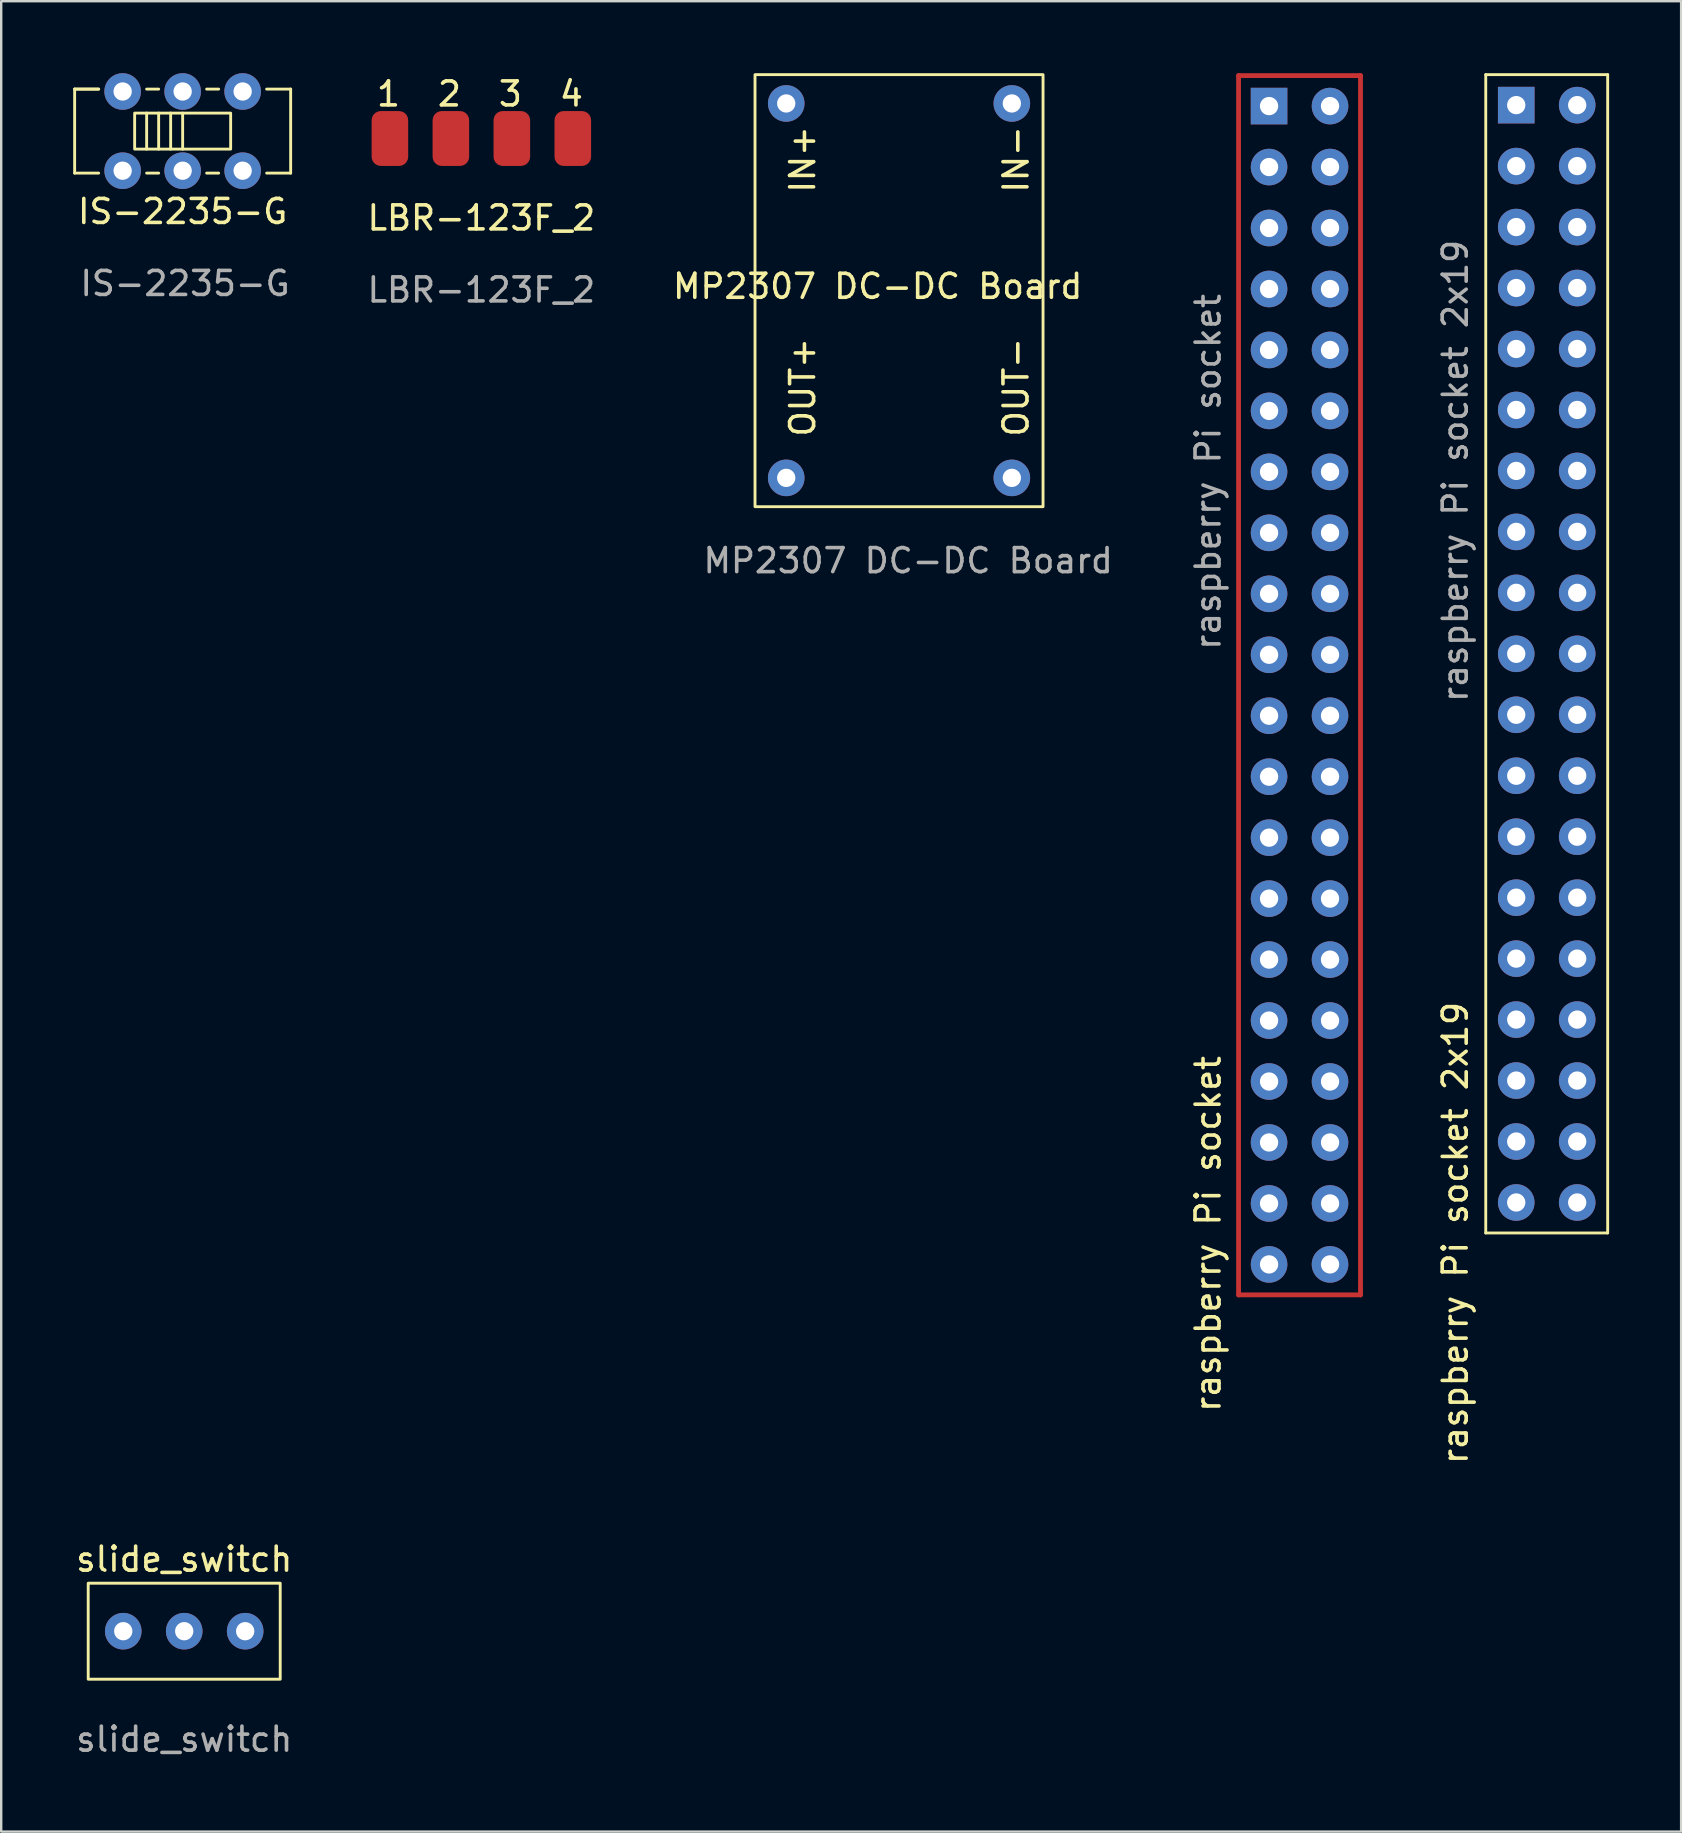
<source format=kicad_pcb>
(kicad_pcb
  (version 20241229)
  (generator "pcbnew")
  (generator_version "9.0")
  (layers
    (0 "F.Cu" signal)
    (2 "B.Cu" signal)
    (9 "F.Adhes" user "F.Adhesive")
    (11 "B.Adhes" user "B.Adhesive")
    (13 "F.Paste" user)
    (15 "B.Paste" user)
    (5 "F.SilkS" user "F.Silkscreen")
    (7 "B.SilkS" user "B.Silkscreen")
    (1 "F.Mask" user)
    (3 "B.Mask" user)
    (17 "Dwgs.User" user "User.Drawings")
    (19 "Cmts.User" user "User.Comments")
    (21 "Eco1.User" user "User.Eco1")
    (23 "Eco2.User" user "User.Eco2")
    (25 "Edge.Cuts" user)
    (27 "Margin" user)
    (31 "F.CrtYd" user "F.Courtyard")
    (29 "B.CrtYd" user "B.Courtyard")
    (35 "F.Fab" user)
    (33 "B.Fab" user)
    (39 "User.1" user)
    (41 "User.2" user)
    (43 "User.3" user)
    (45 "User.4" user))
  (footprint "MP2307 DC-DC Board"
    (layer "F.Cu")
    (at 29.707 1.26)
    (property "Reference" "MP2307 DC-DC Board" (at 3.81 7.62 0) (unlocked yes) (layer "F.SilkS") (effects (font (size 1 1) (thickness 0.15))))
    (attr through_hole)
    (fp_rect (start -1.3 -1.2) (end 10.7 16.8) (stroke (width 0.12) (type default)) (fill no) (layer "F.SilkS"))
    (fp_text user "OUT-" (at 10.16 13.97 90) (unlocked yes) (layer "F.SilkS") (effects (font (size 1 1) (thickness 0.15)) (justify left bottom)))
    (fp_text user "OUT+" (at 1.27 13.97 90) (unlocked yes) (layer "F.SilkS") (effects (font (size 1 1) (thickness 0.15)) (justify left bottom)))
    (fp_text user "IN-" (at 10.16 3.81 90) (unlocked yes) (layer "F.SilkS") (effects (font (size 1 1) (thickness 0.15)) (justify left bottom)))
    (fp_text user "IN+" (at 1.27 3.81 90) (unlocked yes) (layer "F.SilkS") (effects (font (size 1 1) (thickness 0.15)) (justify left bottom)))
    (fp_text user "${REFERENCE}" (at 5.08 19.05 0) (unlocked yes) (layer "F.Fab") (effects (font (size 1 1) (thickness 0.15))))
    (pad "1" thru_hole circle (at 0 0) (size 1.524 1.524) (drill 0.762) (layers "*.Cu" "*.Mask"))
    (pad "2" thru_hole circle (at 9.4 0) (size 1.524 1.524) (drill 0.762) (layers "*.Cu" "*.Mask"))
    (pad "3" thru_hole circle (at 0 15.6) (size 1.524 1.524) (drill 0.762) (layers "*.Cu" "*.Mask"))
    (pad "4" thru_hole circle (at 9.4 15.6) (size 1.524 1.524) (drill 0.762) (layers "*.Cu" "*.Mask")))
  (footprint "LBR-123F_2"
    (layer "F.Cu")
    (at 17.005 6.53)
    (property "Reference" "LBR-123F_2" (at 0 -0.5 0) (unlocked yes) (layer "F.SilkS") (effects (font (size 1 1) (thickness 0.15))))
    (attr smd)
    (fp_text user "1" (at -4.445 -5.08 0) (unlocked yes) (layer "F.SilkS") (effects (font (size 1 1) (thickness 0.15)) (justify left bottom)))
    (fp_text user "2" (at -1.905 -5.08 0) (unlocked yes) (layer "F.SilkS") (effects (font (size 1 1) (thickness 0.15)) (justify left bottom)))
    (fp_text user "4" (at 3.175 -5.08 0) (unlocked yes) (layer "F.SilkS") (effects (font (size 1 1) (thickness 0.15)) (justify left bottom)))
    (fp_text user "3" (at 0.635 -5.08 0) (unlocked yes) (layer "F.SilkS") (effects (font (size 1 1) (thickness 0.15)) (justify left bottom)))
    (fp_text user "${REFERENCE}" (at 0 2.5 0) (unlocked yes) (layer "F.Fab") (effects (font (size 1 1) (thickness 0.15))))
    (pad "1" smd roundrect (at -3.81 -3.81 90) (size 2.286 1.524) (layers "F.Cu" "F.Mask" "F.Paste") (roundrect_rratio 0.25))
    (pad "2" smd roundrect (at -1.27 -3.81 90) (size 2.286 1.524) (layers "F.Cu" "F.Mask" "F.Paste") (roundrect_rratio 0.25))
    (pad "3" smd roundrect (at 1.27 -3.81 270) (size 2.286 1.524) (layers "F.Cu" "F.Mask" "F.Paste") (roundrect_rratio 0.25))
    (pad "4" smd roundrect (at 3.81 -3.81 90) (size 2.286 1.524) (layers "F.Cu" "F.Mask" "F.Paste") (roundrect_rratio 0.25)))
  (footprint "slide_switch"
    (layer "F.Cu")
    (at 4.625 64.912)
    (property "Reference" "slide_switch" (at 0 -3 0) (unlocked yes) (layer "F.SilkS") (effects (font (size 1 1) (thickness 0.15))))
    (attr through_hole)
    (fp_rect (start -4 -2) (end 4 2) (stroke (width 0.12) (type default)) (fill no) (layer "F.SilkS"))
    (fp_text user "${REFERENCE}" (at 0 4.5 0) (unlocked yes) (layer "F.Fab") (effects (font (size 1 1) (thickness 0.15))))
    (pad "1" thru_hole circle (at -2.54 0) (size 1.524 1.524) (drill 0.762) (layers "*.Cu" "*.Mask"))
    (pad "2" thru_hole circle (at 0 0) (size 1.524 1.524) (drill 0.762) (layers "*.Cu" "*.Mask"))
    (pad "3" thru_hole circle (at 2.54 0) (size 1.524 1.524) (drill 0.762) (layers "*.Cu" "*.Mask")))
  (footprint "raspberry Pi socket"
    (layer "F.Cu")
    (at 49.824 1.37)
    (property "Reference" "raspberry Pi socket" (at -2.54 46.99 90) (unlocked yes) (layer "F.SilkS") (effects (font (size 1 1) (thickness 0.15))))
    (attr through_hole)
    (fp_line (start -1.27 -1.27) (end 3.81 -1.27) (stroke (width 0.2) (type default)) (layer "F.Cu"))
    (fp_line (start -1.27 49.53) (end -1.27 -1.27) (stroke (width 0.2) (type default)) (layer "F.Cu"))
    (fp_line (start 3.81 -1.27) (end 3.81 49.53) (stroke (width 0.2) (type default)) (layer "F.Cu"))
    (fp_line (start 3.81 49.53) (end -1.27 49.53) (stroke (width 0.2) (type default)) (layer "F.Cu"))
    (fp_text user "${REFERENCE}" (at -2.54 15.24 90) (unlocked yes) (layer "F.Fab") (effects (font (size 1 1) (thickness 0.15))))
    (pad "1" thru_hole rect (at 0 0) (size 1.524 1.524) (drill 0.762) (layers "*.Cu" "*.Mask"))
    (pad "2" thru_hole circle (at 2.54 0) (size 1.524 1.524) (drill 0.762) (layers "*.Cu" "*.Mask"))
    (pad "3" thru_hole circle (at 0 2.54) (size 1.524 1.524) (drill 0.762) (layers "*.Cu" "*.Mask"))
    (pad "4" thru_hole circle (at 2.54 2.54) (size 1.524 1.524) (drill 0.762) (layers "*.Cu" "*.Mask"))
    (pad "5" thru_hole circle (at 0 5.08) (size 1.524 1.524) (drill 0.762) (layers "*.Cu" "*.Mask"))
    (pad "6" thru_hole circle (at 2.54 5.08) (size 1.524 1.524) (drill 0.762) (layers "*.Cu" "*.Mask"))
    (pad "7" thru_hole circle (at 0 7.62) (size 1.524 1.524) (drill 0.762) (layers "*.Cu" "*.Mask"))
    (pad "8" thru_hole circle (at 2.54 7.62) (size 1.524 1.524) (drill 0.762) (layers "*.Cu" "*.Mask"))
    (pad "9" thru_hole circle (at 0 10.16) (size 1.524 1.524) (drill 0.762) (layers "*.Cu" "*.Mask"))
    (pad "10" thru_hole circle (at 2.54 10.16) (size 1.524 1.524) (drill 0.762) (layers "*.Cu" "*.Mask"))
    (pad "11" thru_hole circle (at 0 12.7) (size 1.524 1.524) (drill 0.762) (layers "*.Cu" "*.Mask"))
    (pad "12" thru_hole circle (at 2.54 12.7) (size 1.524 1.524) (drill 0.762) (layers "*.Cu" "*.Mask"))
    (pad "13" thru_hole circle (at 0 15.24) (size 1.524 1.524) (drill 0.762) (layers "*.Cu" "*.Mask"))
    (pad "14" thru_hole circle (at 2.54 15.24) (size 1.524 1.524) (drill 0.762) (layers "*.Cu" "*.Mask"))
    (pad "15" thru_hole circle (at 0 17.78) (size 1.524 1.524) (drill 0.762) (layers "*.Cu" "*.Mask"))
    (pad "16" thru_hole circle (at 2.54 17.78) (size 1.524 1.524) (drill 0.762) (layers "*.Cu" "*.Mask"))
    (pad "17" thru_hole circle (at 0 20.32) (size 1.524 1.524) (drill 0.762) (layers "*.Cu" "*.Mask"))
    (pad "18" thru_hole circle (at 2.54 20.32) (size 1.524 1.524) (drill 0.762) (layers "*.Cu" "*.Mask"))
    (pad "19" thru_hole circle (at 0 22.86) (size 1.524 1.524) (drill 0.762) (layers "*.Cu" "*.Mask"))
    (pad "20" thru_hole circle (at 2.54 22.86) (size 1.524 1.524) (drill 0.762) (layers "*.Cu" "*.Mask"))
    (pad "21" thru_hole circle (at 0 25.4) (size 1.524 1.524) (drill 0.762) (layers "*.Cu" "*.Mask"))
    (pad "22" thru_hole circle (at 2.54 25.4) (size 1.524 1.524) (drill 0.762) (layers "*.Cu" "*.Mask"))
    (pad "23" thru_hole circle (at 0 27.94) (size 1.524 1.524) (drill 0.762) (layers "*.Cu" "*.Mask"))
    (pad "24" thru_hole circle (at 2.54 27.94) (size 1.524 1.524) (drill 0.762) (layers "*.Cu" "*.Mask"))
    (pad "25" thru_hole circle (at 0 30.48) (size 1.524 1.524) (drill 0.762) (layers "*.Cu" "*.Mask"))
    (pad "26" thru_hole circle (at 2.54 30.48) (size 1.524 1.524) (drill 0.762) (layers "*.Cu" "*.Mask"))
    (pad "27" thru_hole circle (at 0 33.02) (size 1.524 1.524) (drill 0.762) (layers "*.Cu" "*.Mask"))
    (pad "28" thru_hole circle (at 2.54 33.02) (size 1.524 1.524) (drill 0.762) (layers "*.Cu" "*.Mask"))
    (pad "29" thru_hole circle (at 0 35.56) (size 1.524 1.524) (drill 0.762) (layers "*.Cu" "*.Mask"))
    (pad "30" thru_hole circle (at 2.54 35.56) (size 1.524 1.524) (drill 0.762) (layers "*.Cu" "*.Mask"))
    (pad "31" thru_hole circle (at 0 38.1) (size 1.524 1.524) (drill 0.762) (layers "*.Cu" "*.Mask"))
    (pad "32" thru_hole circle (at 2.54 38.1) (size 1.524 1.524) (drill 0.762) (layers "*.Cu" "*.Mask"))
    (pad "33" thru_hole circle (at 0 40.64) (size 1.524 1.524) (drill 0.762) (layers "*.Cu" "*.Mask"))
    (pad "34" thru_hole circle (at 2.54 40.64) (size 1.524 1.524) (drill 0.762) (layers "*.Cu" "*.Mask"))
    (pad "35" thru_hole circle (at 0 43.18) (size 1.524 1.524) (drill 0.762) (layers "*.Cu" "*.Mask"))
    (pad "36" thru_hole circle (at 2.54 43.18) (size 1.524 1.524) (drill 0.762) (layers "*.Cu" "*.Mask"))
    (pad "37" thru_hole circle (at 0 45.72) (size 1.524 1.524) (drill 0.762) (layers "*.Cu" "*.Mask"))
    (pad "38" thru_hole circle (at 2.54 45.72) (size 1.524 1.524) (drill 0.762) (layers "*.Cu" "*.Mask"))
    (pad "39" thru_hole circle (at 0 48.26) (size 1.524 1.524) (drill 0.762) (layers "*.Cu" "*.Mask"))
    (pad "40" thru_hole circle (at 2.54 48.26) (size 1.524 1.524) (drill 0.762) (layers "*.Cu" "*.Mask")))
  (footprint "IS-2235-G"
    (layer "F.Cu")
    (at 4.56 5.662)
    (property "Reference" "IS-2235-G" (at 0 0.1 0) (unlocked yes) (layer "F.SilkS") (effects (font (size 1 1) (thickness 0.15))))
    (attr through_hole)
    (fp_line (start -4.5 -5) (end -4.5 -1.5) (stroke (width 0.12) (type default)) (layer "F.SilkS"))
    (fp_line (start -4.5 -5) (end -3.5 -5) (stroke (width 0.12) (type default)) (layer "F.SilkS"))
    (fp_line (start -3.5 -5) (end -4.5 -5) (stroke (width 0.12) (type default)) (layer "F.SilkS"))
    (fp_line (start -3.5 -1.5) (end -4.5 -1.5) (stroke (width 0.12) (type default)) (layer "F.SilkS"))
    (fp_line (start -1.5 -2.5) (end -1.5 -4) (stroke (width 0.12) (type default)) (layer "F.SilkS"))
    (fp_line (start -1.5 -1.5) (end -1 -1.5) (stroke (width 0.12) (type default)) (layer "F.SilkS"))
    (fp_line (start -1 -5) (end -1.5 -5) (stroke (width 0.12) (type default)) (layer "F.SilkS"))
    (fp_line (start -1 -4) (end -1 -2.5) (stroke (width 0.12) (type default)) (layer "F.SilkS"))
    (fp_line (start -0.5 -4) (end -0.5 -2.5) (stroke (width 0.12) (type default)) (layer "F.SilkS"))
    (fp_line (start 0 -4) (end 0 -2.5) (stroke (width 0.12) (type default)) (layer "F.SilkS"))
    (fp_line (start 1 -1.5) (end 1.5 -1.5) (stroke (width 0.12) (type default)) (layer "F.SilkS"))
    (fp_line (start 1.5 -5) (end 1 -5) (stroke (width 0.12) (type default)) (layer "F.SilkS"))
    (fp_line (start 3.5 -1.5) (end 4.5 -1.5) (stroke (width 0.12) (type default)) (layer "F.SilkS"))
    (fp_line (start 4.5 -5) (end 3.5 -5) (stroke (width 0.12) (type default)) (layer "F.SilkS"))
    (fp_line (start 4.5 -1.5) (end 4.5 -5) (stroke (width 0.12) (type default)) (layer "F.SilkS"))
    (fp_rect (start -2 -4) (end 2 -2.5) (stroke (width 0.12) (type default)) (fill no) (layer "F.SilkS"))
    (fp_text user "${REFERENCE}" (at 0.1 3.1 0) (unlocked yes) (layer "F.Fab") (effects (font (size 1 1) (thickness 0.15))))
    (pad "1" thru_hole circle (at -2.5 -4.9) (size 1.524 1.524) (drill 0.762) (layers "*.Cu" "*.Mask"))
    (pad "2" thru_hole circle (at 0 -4.9) (size 1.524 1.524) (drill 0.762) (layers "*.Cu" "*.Mask"))
    (pad "3" thru_hole circle (at 2.5 -4.9) (size 1.524 1.524) (drill 0.762) (layers "*.Cu" "*.Mask"))
    (pad "4" thru_hole circle (at -2.5 -1.6) (size 1.524 1.524) (drill 0.762) (layers "*.Cu" "*.Mask"))
    (pad "5" thru_hole circle (at 0 -1.6) (size 1.524 1.524) (drill 0.762) (layers "*.Cu" "*.Mask"))
    (pad "6" thru_hole circle (at 2.5 -1.6) (size 1.524 1.524) (drill 0.762) (layers "*.Cu" "*.Mask")))
  (footprint "raspberry Pi socket 2x19"
    (layer "F.Cu")
    (at 60.122 1.33)
    (property "Reference" "raspberry Pi socket 2x19" (at -2.54 46.99 90) (unlocked yes) (layer "F.SilkS") (effects (font (size 1 1) (thickness 0.15))))
    (attr through_hole)
    (fp_line (start -1.27 -1.27) (end -1.27 46.99) (stroke (width 0.12) (type default)) (layer "F.SilkS"))
    (fp_line (start 3.81 -1.27) (end -1.27 -1.27) (stroke (width 0.12) (type default)) (layer "F.SilkS"))
    (fp_line (start 3.81 -1.27) (end 3.81 46.99) (stroke (width 0.12) (type default)) (layer "F.SilkS"))
    (fp_line (start 3.81 46.99) (end -1.27 46.99) (stroke (width 0.12) (type default)) (layer "F.SilkS"))
    (fp_text user "${REFERENCE}" (at -2.54 15.24 90) (unlocked yes) (layer "F.Fab") (effects (font (size 1 1) (thickness 0.15))))
    (pad "1" thru_hole rect (at 0 0) (size 1.524 1.524) (drill 0.762) (layers "*.Cu" "*.Mask"))
    (pad "2" thru_hole circle (at 2.54 0) (size 1.524 1.524) (drill 0.762) (layers "*.Cu" "*.Mask"))
    (pad "3" thru_hole circle (at 0 2.54) (size 1.524 1.524) (drill 0.762) (layers "*.Cu" "*.Mask"))
    (pad "4" thru_hole circle (at 2.54 2.54) (size 1.524 1.524) (drill 0.762) (layers "*.Cu" "*.Mask"))
    (pad "5" thru_hole circle (at 0 5.08) (size 1.524 1.524) (drill 0.762) (layers "*.Cu" "*.Mask"))
    (pad "6" thru_hole circle (at 2.54 5.08) (size 1.524 1.524) (drill 0.762) (layers "*.Cu" "*.Mask"))
    (pad "7" thru_hole circle (at 0 7.62) (size 1.524 1.524) (drill 0.762) (layers "*.Cu" "*.Mask"))
    (pad "8" thru_hole circle (at 2.54 7.62) (size 1.524 1.524) (drill 0.762) (layers "*.Cu" "*.Mask"))
    (pad "9" thru_hole circle (at 0 10.16) (size 1.524 1.524) (drill 0.762) (layers "*.Cu" "*.Mask"))
    (pad "10" thru_hole circle (at 2.54 10.16) (size 1.524 1.524) (drill 0.762) (layers "*.Cu" "*.Mask"))
    (pad "11" thru_hole circle (at 0 12.7) (size 1.524 1.524) (drill 0.762) (layers "*.Cu" "*.Mask"))
    (pad "12" thru_hole circle (at 2.54 12.7) (size 1.524 1.524) (drill 0.762) (layers "*.Cu" "*.Mask"))
    (pad "13" thru_hole circle (at 0 15.24) (size 1.524 1.524) (drill 0.762) (layers "*.Cu" "*.Mask"))
    (pad "14" thru_hole circle (at 2.54 15.24) (size 1.524 1.524) (drill 0.762) (layers "*.Cu" "*.Mask"))
    (pad "15" thru_hole circle (at 0 17.78) (size 1.524 1.524) (drill 0.762) (layers "*.Cu" "*.Mask"))
    (pad "16" thru_hole circle (at 2.54 17.78) (size 1.524 1.524) (drill 0.762) (layers "*.Cu" "*.Mask"))
    (pad "17" thru_hole circle (at 0 20.32) (size 1.524 1.524) (drill 0.762) (layers "*.Cu" "*.Mask"))
    (pad "18" thru_hole circle (at 2.54 20.32) (size 1.524 1.524) (drill 0.762) (layers "*.Cu" "*.Mask"))
    (pad "19" thru_hole circle (at 0 22.86) (size 1.524 1.524) (drill 0.762) (layers "*.Cu" "*.Mask"))
    (pad "20" thru_hole circle (at 2.54 22.86) (size 1.524 1.524) (drill 0.762) (layers "*.Cu" "*.Mask"))
    (pad "21" thru_hole circle (at 0 25.4) (size 1.524 1.524) (drill 0.762) (layers "*.Cu" "*.Mask"))
    (pad "22" thru_hole circle (at 2.54 25.4) (size 1.524 1.524) (drill 0.762) (layers "*.Cu" "*.Mask"))
    (pad "23" thru_hole circle (at 0 27.94) (size 1.524 1.524) (drill 0.762) (layers "*.Cu" "*.Mask"))
    (pad "24" thru_hole circle (at 2.54 27.94) (size 1.524 1.524) (drill 0.762) (layers "*.Cu" "*.Mask"))
    (pad "25" thru_hole circle (at 0 30.48) (size 1.524 1.524) (drill 0.762) (layers "*.Cu" "*.Mask"))
    (pad "26" thru_hole circle (at 2.54 30.48) (size 1.524 1.524) (drill 0.762) (layers "*.Cu" "*.Mask"))
    (pad "27" thru_hole circle (at 0 33.02) (size 1.524 1.524) (drill 0.762) (layers "*.Cu" "*.Mask"))
    (pad "28" thru_hole circle (at 2.54 33.02) (size 1.524 1.524) (drill 0.762) (layers "*.Cu" "*.Mask"))
    (pad "29" thru_hole circle (at 0 35.56) (size 1.524 1.524) (drill 0.762) (layers "*.Cu" "*.Mask"))
    (pad "30" thru_hole circle (at 2.54 35.56) (size 1.524 1.524) (drill 0.762) (layers "*.Cu" "*.Mask"))
    (pad "31" thru_hole circle (at 0 38.1) (size 1.524 1.524) (drill 0.762) (layers "*.Cu" "*.Mask"))
    (pad "32" thru_hole circle (at 2.54 38.1) (size 1.524 1.524) (drill 0.762) (layers "*.Cu" "*.Mask"))
    (pad "33" thru_hole circle (at 0 40.64) (size 1.524 1.524) (drill 0.762) (layers "*.Cu" "*.Mask"))
    (pad "34" thru_hole circle (at 2.54 40.64) (size 1.524 1.524) (drill 0.762) (layers "*.Cu" "*.Mask"))
    (pad "35" thru_hole circle (at 0 43.18) (size 1.524 1.524) (drill 0.762) (layers "*.Cu" "*.Mask"))
    (pad "36" thru_hole circle (at 2.54 43.18) (size 1.524 1.524) (drill 0.762) (layers "*.Cu" "*.Mask"))
    (pad "37" thru_hole circle (at 0 45.72) (size 1.524 1.524) (drill 0.762) (layers "*.Cu" "*.Mask"))
    (pad "38" thru_hole circle (at 2.54 45.72) (size 1.524 1.524) (drill 0.762) (layers "*.Cu" "*.Mask")))
  (gr_rect
    (start -3 -3)
    (end 66.992 73.261)
    (stroke (width 0.1) (type default))
    (fill no)
    (layer "Edge.Cuts")))
</source>
